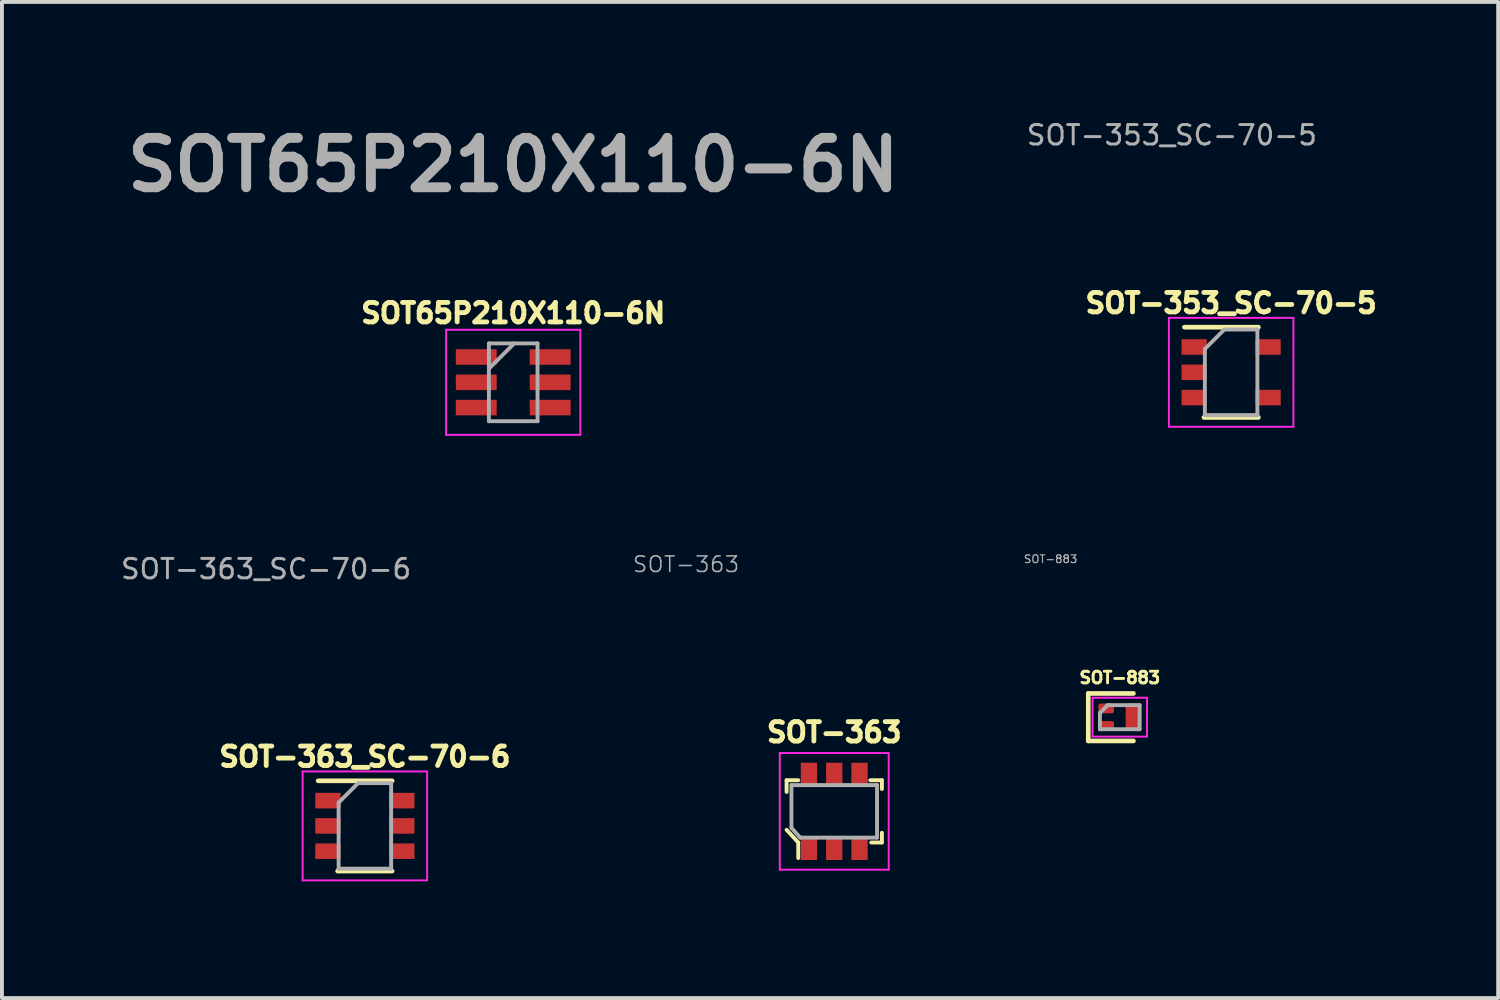
<source format=kicad_pcb>
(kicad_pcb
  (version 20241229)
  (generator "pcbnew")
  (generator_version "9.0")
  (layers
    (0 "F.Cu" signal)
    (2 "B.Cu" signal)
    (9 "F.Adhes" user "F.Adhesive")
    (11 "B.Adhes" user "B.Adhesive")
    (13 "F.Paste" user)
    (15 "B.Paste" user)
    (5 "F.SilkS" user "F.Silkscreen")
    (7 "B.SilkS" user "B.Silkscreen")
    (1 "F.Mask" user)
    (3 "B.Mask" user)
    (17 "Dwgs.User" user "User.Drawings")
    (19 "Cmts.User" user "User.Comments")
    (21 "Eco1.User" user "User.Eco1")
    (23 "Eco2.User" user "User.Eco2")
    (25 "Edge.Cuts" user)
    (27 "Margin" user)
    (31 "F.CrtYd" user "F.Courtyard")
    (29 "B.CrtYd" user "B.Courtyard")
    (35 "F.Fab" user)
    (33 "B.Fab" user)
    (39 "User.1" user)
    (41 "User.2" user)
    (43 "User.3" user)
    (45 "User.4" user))
  (footprint "SOT-363_SC-70-6"
    (layer "F.Cu")
    (at 6.329 18.18)
    (property "Reference" "SOT-363_SC-70-6" (at 0 -1.778 0) (layer "F.SilkS") (effects (font (size 0.5 0.5) (thickness 0.125))))
    (attr smd)
    (fp_line (start -0.7 1.16) (end 0.7 1.16) (stroke (width 0.12) (type solid)) (layer "F.SilkS"))
    (fp_line (start 0.7 -1.16) (end -1.2 -1.16) (stroke (width 0.12) (type solid)) (layer "F.SilkS"))
    (fp_line (start -1.6 -1.4) (end -1.6 1.4) (stroke (width 0.05) (type solid)) (layer "F.CrtYd"))
    (fp_line (start -1.6 -1.4) (end 1.6 -1.4) (stroke (width 0.05) (type solid)) (layer "F.CrtYd"))
    (fp_line (start -1.6 1.4) (end 1.6 1.4) (stroke (width 0.05) (type solid)) (layer "F.CrtYd"))
    (fp_line (start 1.6 1.4) (end 1.6 -1.4) (stroke (width 0.05) (type solid)) (layer "F.CrtYd"))
    (fp_line (start -0.675 -0.6) (end -0.675 1.1) (stroke (width 0.1) (type solid)) (layer "F.Fab"))
    (fp_line (start -0.175 -1.1) (end -0.675 -0.6) (stroke (width 0.1) (type solid)) (layer "F.Fab"))
    (fp_line (start 0.675 -1.1) (end -0.175 -1.1) (stroke (width 0.1) (type solid)) (layer "F.Fab"))
    (fp_line (start 0.675 -1.1) (end 0.675 1.1) (stroke (width 0.1) (type solid)) (layer "F.Fab"))
    (fp_line (start 0.675 1.1) (end -0.675 1.1) (stroke (width 0.1) (type solid)) (layer "F.Fab"))
    (fp_text user "${REFERENCE}" (at -2.54 -6.604 180) (layer "F.Fab") (effects (font (size 0.5 0.5) (thickness 0.075))))
    (pad "1" smd rect (at -0.95 -0.65) (size 0.65 0.4) (layers "F.Cu" "F.Mask" "F.Paste"))
    (pad "2" smd rect (at -0.95 0) (size 0.65 0.4) (layers "F.Cu" "F.Mask" "F.Paste"))
    (pad "3" smd rect (at -0.95 0.65) (size 0.65 0.4) (layers "F.Cu" "F.Mask" "F.Paste"))
    (pad "4" smd rect (at 0.95 0.65) (size 0.65 0.4) (layers "F.Cu" "F.Mask" "F.Paste"))
    (pad "5" smd rect (at 0.95 0) (size 0.65 0.4) (layers "F.Cu" "F.Mask" "F.Paste"))
    (pad "6" smd rect (at 0.95 -0.65) (size 0.65 0.4) (layers "F.Cu" "F.Mask" "F.Paste")))
  (footprint "SOT-883"
    (layer "F.Cu")
    (at 25.734 15.385)
    (property "Reference" "SOT-883" (at 0 -1.016 0) (layer "F.SilkS") (effects (font (size 0.3 0.3) (thickness 0.075))))
    (attr smd)
    (fp_line (start -0.81 -0.61) (end 0.35 -0.61) (stroke (width 0.12) (type solid)) (layer "F.SilkS"))
    (fp_line (start -0.81 0.61) (end -0.81 -0.61) (stroke (width 0.12) (type solid)) (layer "F.SilkS"))
    (fp_line (start 0.35 0.61) (end -0.81 0.61) (stroke (width 0.12) (type solid)) (layer "F.SilkS"))
    (fp_line (start -0.7 -0.5) (end 0.7 -0.5) (stroke (width 0.05) (type solid)) (layer "F.CrtYd"))
    (fp_line (start -0.7 0.5) (end -0.7 -0.5) (stroke (width 0.05) (type solid)) (layer "F.CrtYd"))
    (fp_line (start 0.7 -0.5) (end 0.7 0.5) (stroke (width 0.05) (type solid)) (layer "F.CrtYd"))
    (fp_line (start 0.7 0.5) (end -0.7 0.5) (stroke (width 0.05) (type solid)) (layer "F.CrtYd"))
    (fp_line (start -0.51 0.31) (end -0.51 -0.11) (stroke (width 0.1) (type solid)) (layer "F.Fab"))
    (fp_line (start -0.31 -0.31) (end -0.51 -0.11) (stroke (width 0.1) (type solid)) (layer "F.Fab"))
    (fp_line (start -0.31 -0.31) (end 0.51 -0.31) (stroke (width 0.1) (type solid)) (layer "F.Fab"))
    (fp_line (start 0.51 -0.31) (end 0.51 0.31) (stroke (width 0.1) (type solid)) (layer "F.Fab"))
    (fp_line (start 0.51 0.31) (end -0.51 0.31) (stroke (width 0.1) (type solid)) (layer "F.Fab"))
    (fp_text user "${REFERENCE}" (at -1.778 -4.064 0) (layer "F.Fab") (effects (font (size 0.2 0.2) (thickness 0.03))))
    (pad "1" smd roundrect (at -0.35 -0.225) (size 0.4 0.25) (layers "F.Cu" "F.Mask" "F.Paste") (roundrect_rratio 0.2))
    (pad "2" smd roundrect (at -0.35 0.225) (size 0.4 0.25) (layers "F.Cu" "F.Mask" "F.Paste") (roundrect_rratio 0.2))
    (pad "3" smd roundrect (at 0.35 0) (size 0.4 0.7) (layers "F.Cu" "F.Mask" "F.Paste") (roundrect_rratio 0.125)))
  (footprint "SOT-363"
    (layer "F.Cu")
    (at 18.394 17.806)
    (property "Reference" "SOT-363" (at 0 -2.032 0) (layer "F.SilkS") (effects (font (size 0.5 0.5) (thickness 0.125))))
    (attr smd)
    (fp_line (start -1.225 -0.8) (end -1.225 -0.5) (stroke (width 0.1) (type solid)) (layer "F.SilkS"))
    (fp_line (start -1.225 0.475) (end -0.925 0.8) (stroke (width 0.1) (type solid)) (layer "F.SilkS"))
    (fp_line (start -0.925 -0.8) (end -1.225 -0.8) (stroke (width 0.1) (type solid)) (layer "F.SilkS"))
    (fp_line (start -0.925 0.8) (end -0.925 1.2) (stroke (width 0.1) (type solid)) (layer "F.SilkS"))
    (fp_line (start 0.925 -0.8) (end 1.225 -0.8) (stroke (width 0.1) (type solid)) (layer "F.SilkS"))
    (fp_line (start 0.95 0.8) (end 1.225 0.8) (stroke (width 0.1) (type solid)) (layer "F.SilkS"))
    (fp_line (start 1.225 -0.8) (end 1.225 -0.575) (stroke (width 0.1) (type solid)) (layer "F.SilkS"))
    (fp_line (start 1.225 0.8) (end 1.225 0.55) (stroke (width 0.1) (type solid)) (layer "F.SilkS"))
    (fp_line (start -1.4 -1.5) (end 1.4 -1.5) (stroke (width 0.05) (type solid)) (layer "F.CrtYd"))
    (fp_line (start -1.4 1.5) (end -1.4 -1.5) (stroke (width 0.05) (type solid)) (layer "F.CrtYd"))
    (fp_line (start 1.4 -1.5) (end 1.4 1.5) (stroke (width 0.05) (type solid)) (layer "F.CrtYd"))
    (fp_line (start 1.4 1.5) (end -1.4 1.5) (stroke (width 0.05) (type solid)) (layer "F.CrtYd"))
    (fp_line (start -1.1 -0.675) (end 1.1 -0.675) (stroke (width 0.1) (type solid)) (layer "F.Fab"))
    (fp_line (start -1.1 0.425) (end -1.1 -0.675) (stroke (width 0.1) (type solid)) (layer "F.Fab"))
    (fp_line (start -1.1 0.425) (end -0.875 0.675) (stroke (width 0.1) (type solid)) (layer "F.Fab"))
    (fp_line (start -0.875 0.675) (end 1.1 0.675) (stroke (width 0.1) (type solid)) (layer "F.Fab"))
    (fp_line (start 1.1 -0.675) (end 1.1 0.675) (stroke (width 0.1) (type solid)) (layer "F.Fab"))
    (fp_text user "${REFERENCE}" (at -3.81 -6.35 0) (layer "F.Fab") (effects (font (size 0.4 0.4) (thickness 0.04))))
    (pad "1" smd rect (at -0.65 0.95) (size 0.42 0.6) (layers "F.Cu" "F.Mask" "F.Paste"))
    (pad "2" smd rect (at 0 0.95) (size 0.42 0.6) (layers "F.Cu" "F.Mask" "F.Paste"))
    (pad "3" smd rect (at 0.65 0.95) (size 0.42 0.6) (layers "F.Cu" "F.Mask" "F.Paste"))
    (pad "4" smd rect (at 0.65 -0.95) (size 0.42 0.6) (layers "F.Cu" "F.Mask" "F.Paste"))
    (pad "5" smd rect (at 0 -0.95) (size 0.42 0.6) (layers "F.Cu" "F.Mask" "F.Paste"))
    (pad "6" smd rect (at -0.65 -0.95) (size 0.42 0.6) (layers "F.Cu" "F.Mask" "F.Paste")))
  (footprint "SOT65P210X110-6N"
    (layer "F.Cu")
    (at 10.142 6.777)
    (property "Reference" "SOT65P210X110-6N" (at 0 -1.778 0) (layer "F.SilkS") (effects (font (size 0.5 0.5) (thickness 0.125))))
    (attr smd)
    (fp_line (start -1.725 -1.35) (end 1.725 -1.35) (stroke (width 0.05) (type solid)) (layer "F.CrtYd"))
    (fp_line (start -1.725 1.35) (end -1.725 -1.35) (stroke (width 0.05) (type solid)) (layer "F.CrtYd"))
    (fp_line (start 1.725 -1.35) (end 1.725 1.35) (stroke (width 0.05) (type solid)) (layer "F.CrtYd"))
    (fp_line (start 1.725 1.35) (end -1.725 1.35) (stroke (width 0.05) (type solid)) (layer "F.CrtYd"))
    (fp_line (start -0.625 -1) (end 0.625 -1) (stroke (width 0.1) (type solid)) (layer "F.Fab"))
    (fp_line (start -0.625 -0.35) (end 0.025 -1) (stroke (width 0.1) (type solid)) (layer "F.Fab"))
    (fp_line (start -0.625 1) (end -0.625 -1) (stroke (width 0.1) (type solid)) (layer "F.Fab"))
    (fp_line (start 0.625 -1) (end 0.625 1) (stroke (width 0.1) (type solid)) (layer "F.Fab"))
    (fp_line (start 0.625 1) (end -0.625 1) (stroke (width 0.1) (type solid)) (layer "F.Fab"))
    (fp_text user "${REFERENCE}" (at 0 -5.588 0) (layer "F.Fab") (effects (font (size 1.27 1.27) (thickness 0.254))))
    (pad "1" smd rect (at -0.95 -0.65 90) (size 0.4 1.05) (layers "F.Cu" "F.Mask" "F.Paste"))
    (pad "2" smd rect (at -0.95 0 90) (size 0.4 1.05) (layers "F.Cu" "F.Mask" "F.Paste"))
    (pad "3" smd rect (at -0.95 0.65 90) (size 0.4 1.05) (layers "F.Cu" "F.Mask" "F.Paste"))
    (pad "4" smd rect (at 0.95 0.65 90) (size 0.4 1.05) (layers "F.Cu" "F.Mask" "F.Paste"))
    (pad "5" smd rect (at 0.95 0 90) (size 0.4 1.05) (layers "F.Cu" "F.Mask" "F.Paste"))
    (pad "6" smd rect (at 0.95 -0.65 90) (size 0.4 1.05) (layers "F.Cu" "F.Mask" "F.Paste")))
  (footprint "SOT-353_SC-70-5"
    (layer "F.Cu")
    (at 28.596 6.52)
    (property "Reference" "SOT-353_SC-70-5" (at 0 -1.778 0) (layer "F.SilkS") (effects (font (size 0.5 0.5) (thickness 0.125))))
    (attr smd)
    (fp_line (start -0.7 1.16) (end 0.7 1.16) (stroke (width 0.12) (type solid)) (layer "F.SilkS"))
    (fp_line (start 0.7 -1.16) (end -1.2 -1.16) (stroke (width 0.12) (type solid)) (layer "F.SilkS"))
    (fp_line (start -1.6 -1.4) (end -1.6 1.4) (stroke (width 0.05) (type solid)) (layer "F.CrtYd"))
    (fp_line (start -1.6 -1.4) (end 1.6 -1.4) (stroke (width 0.05) (type solid)) (layer "F.CrtYd"))
    (fp_line (start -1.6 1.4) (end 1.6 1.4) (stroke (width 0.05) (type solid)) (layer "F.CrtYd"))
    (fp_line (start 1.6 1.4) (end 1.6 -1.4) (stroke (width 0.05) (type solid)) (layer "F.CrtYd"))
    (fp_line (start -0.675 -0.6) (end -0.675 1.1) (stroke (width 0.1) (type solid)) (layer "F.Fab"))
    (fp_line (start -0.175 -1.1) (end -0.675 -0.6) (stroke (width 0.1) (type solid)) (layer "F.Fab"))
    (fp_line (start 0.675 -1.1) (end -0.175 -1.1) (stroke (width 0.1) (type solid)) (layer "F.Fab"))
    (fp_line (start 0.675 -1.1) (end 0.675 1.1) (stroke (width 0.1) (type solid)) (layer "F.Fab"))
    (fp_line (start 0.675 1.1) (end -0.675 1.1) (stroke (width 0.1) (type solid)) (layer "F.Fab"))
    (fp_text user "${REFERENCE}" (at -1.524 -6.096 180) (layer "F.Fab") (effects (font (size 0.5 0.5) (thickness 0.075))))
    (pad "1" smd rect (at -0.95 -0.65) (size 0.65 0.4) (layers "F.Cu" "F.Mask" "F.Paste"))
    (pad "2" smd rect (at -0.95 0) (size 0.65 0.4) (layers "F.Cu" "F.Mask" "F.Paste"))
    (pad "3" smd rect (at -0.95 0.65) (size 0.65 0.4) (layers "F.Cu" "F.Mask" "F.Paste"))
    (pad "4" smd rect (at 0.95 0.65) (size 0.65 0.4) (layers "F.Cu" "F.Mask" "F.Paste"))
    (pad "5" smd rect (at 0.95 -0.65) (size 0.65 0.4) (layers "F.Cu" "F.Mask" "F.Paste")))
  (gr_rect
    (start -3 -3)
    (end 35.46 22.605)
    (stroke (width 0.1) (type default))
    (fill no)
    (layer "Edge.Cuts")))
</source>
